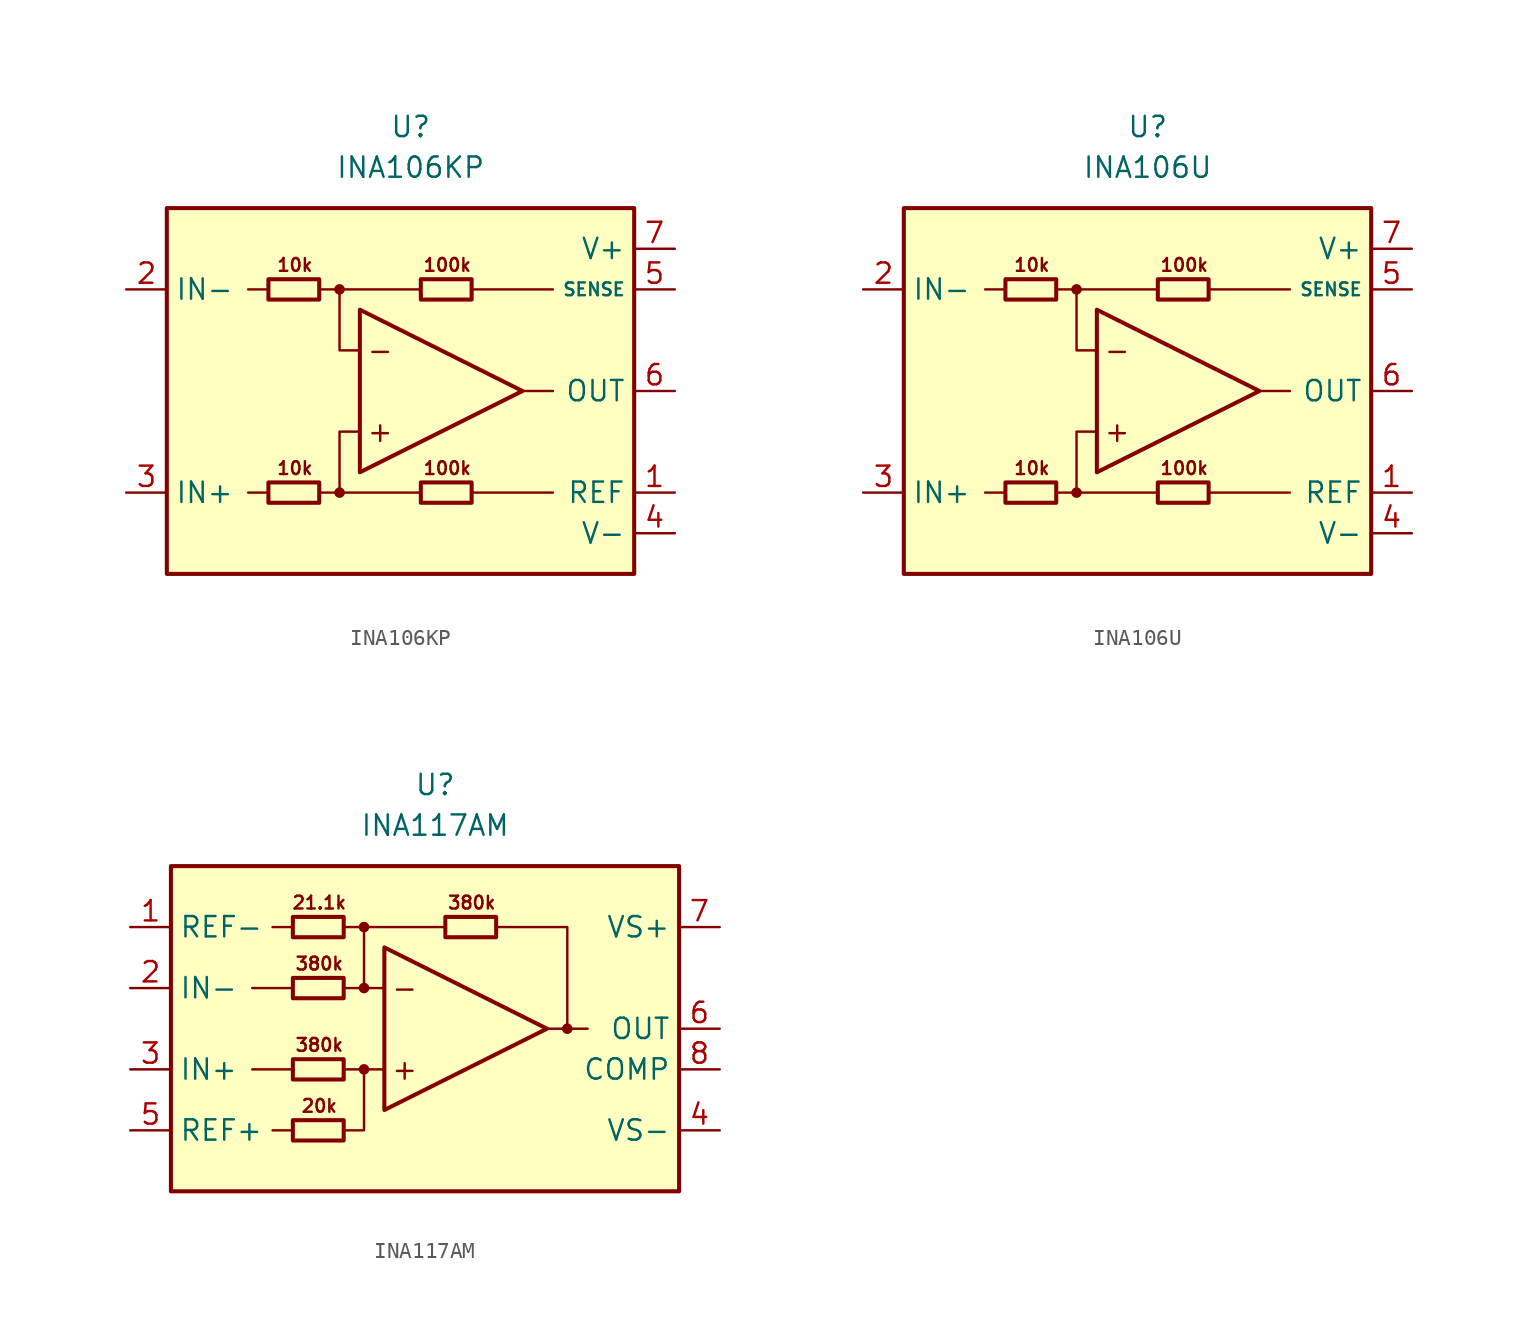
<source format=kicad_sym>
(kicad_symbol_lib
  (version 20211014)
  (generator kicad_symbol_editor)
  (symbol "INA106KP"
    (property "Reference" "U"
      (at 0 16.51 0)
      (effects (font (size 1.27 1.27))))
    (property "Value" "INA106KP"
      (at 0 13.97 0)
      (effects (font (size 1.27 1.27))))
    (symbol "INA106KP_0_0"
      (rectangle (start -15.24 11.43) (end 13.97 -11.43) (stroke (width 0.254) (type default) (color 0 0 0 0)) (fill (type background)))
      (circle (center -4.445 -6.35) (radius 0.254) (stroke (width 0.152) (type default) (color 0 0 0 0)) (fill (type outline)))
      (circle (center -4.445 6.35) (radius 0.254) (stroke (width 0.152) (type default) (color 0 0 0 0)) (fill (type outline)))
      (polyline (pts (xy -8.89 -6.35) (xy -10.16 -6.35)) (stroke (width 0.152) (type default) (color 0 0 0 0)) (fill (type none)))
      (polyline (pts (xy -8.89 6.35) (xy -10.16 6.35)) (stroke (width 0.152) (type default) (color 0 0 0 0)) (fill (type none)))
      (polyline (pts (xy -4.445 6.35) (xy 0.635 6.35)) (stroke (width 0.152) (type default) (color 0 0 0 0)) (fill (type none)))
      (polyline (pts (xy 0.635 -6.35) (xy -4.445 -6.35)) (stroke (width 0.152) (type default) (color 0 0 0 0)) (fill (type none)))
      (polyline (pts (xy 3.81 -6.35) (xy 8.89 -6.35)) (stroke (width 0.152) (type default) (color 0 0 0 0)) (fill (type none)))
      (polyline (pts (xy 3.81 6.35) (xy 8.89 6.35)) (stroke (width 0.152) (type default) (color 0 0 0 0)) (fill (type none)))
      (polyline (pts (xy 8.89 0) (xy 6.985 0)) (stroke (width 0.152) (type default) (color 0 0 0 0)) (fill (type none)))
      (polyline (pts (xy -5.715 -6.35) (xy -4.445 -6.35) (xy -4.445 -2.54) (xy -3.175 -2.54)) (stroke (width 0.152) (type default) (color 0 0 0 0)) (fill (type none)))
      (polyline (pts (xy -3.175 2.54) (xy -4.445 2.54) (xy -4.445 6.35) (xy -5.715 6.35)) (stroke (width 0.152) (type default) (color 0 0 0 0)) (fill (type none)))
      (text "+" (at -1.905 -2.54 0) (effects (font (size 1.27 1.27))))
      (text "-" (at -1.905 2.54 0) (effects (font (size 1.27 1.27))))
      (text "100k" (at 2.286 -4.826 0) (effects (font (size 0.8 0.8))))
      (text "100k" (at 2.286 7.874 0) (effects (font (size 0.8 0.8))))
      (text "10k" (at -7.239 -4.826 0) (effects (font (size 0.8 0.8))))
      (text "10k" (at -7.239 7.874 0) (effects (font (size 0.8 0.8)))))
    (symbol "INA106KP_0_1"
      (rectangle (start -8.89 -5.715) (end -5.715 -6.985) (stroke (width 0.254) (type default) (color 0 0 0 0)) (fill (type none)))
      (rectangle (start -8.89 6.985) (end -5.715 5.715) (stroke (width 0.254) (type default) (color 0 0 0 0)) (fill (type none)))
      (polyline (pts (xy -3.175 5.08) (xy -3.175 -5.08) (xy 6.985 0) (xy -3.175 5.08)) (stroke (width 0.254) (type default) (color 0 0 0 0)) (fill (type none)))
      (rectangle (start 0.635 -5.715) (end 3.81 -6.985) (stroke (width 0.254) (type default) (color 0 0 0 0)) (fill (type none)))
      (rectangle (start 0.635 6.985) (end 3.81 5.715) (stroke (width 0.254) (type default) (color 0 0 0 0)) (fill (type none))))
    (symbol "INA106KP_1_1"
      (pin input line (at 16.51 -6.35 180) (length 2.54) (name "REF" (effects (font (size 1.27 1.27)))) (number "1" (effects (font (size 1.27 1.27)))))
      (pin input line (at -17.78 6.35 0) (length 2.54) (name "IN-" (effects (font (size 1.27 1.27)))) (number "2" (effects (font (size 1.27 1.27)))))
      (pin input line (at -17.78 -6.35 0) (length 2.54) (name "IN+" (effects (font (size 1.27 1.27)))) (number "3" (effects (font (size 1.27 1.27)))))
      (pin power_in line (at 16.51 -8.89 180) (length 2.54) (name "V-" (effects (font (size 1.27 1.27)))) (number "4" (effects (font (size 1.27 1.27)))))
      (pin input line (at 16.51 6.35 180) (length 2.54) (name "SENSE" (effects (font (size 0.8 0.8)))) (number "5" (effects (font (size 1.27 1.27)))))
      (pin output line (at 16.51 0 180) (length 2.54) (name "OUT" (effects (font (size 1.27 1.27)))) (number "6" (effects (font (size 1.27 1.27)))))
      (pin power_in line (at 16.51 8.89 180) (length 2.54) (name "V+" (effects (font (size 1.27 1.27)))) (number "7" (effects (font (size 1.27 1.27)))))
      (pin no_connect line (at -10.16 0 0) (length 2.54) hide (name "NC" (effects (font (size 1.27 1.27)))) (number "8" (effects (font (size 1.27 1.27)))))))
  (symbol "INA106U"
    (property "Reference" "U"
      (at 0 16.51 0)
      (effects (font (size 1.27 1.27))))
    (property "Value" "INA106U"
      (at 0 13.97 0)
      (effects (font (size 1.27 1.27))))
    (symbol "INA106U_0_0"
      (rectangle (start -15.24 11.43) (end 13.97 -11.43) (stroke (width 0.254) (type default) (color 0 0 0 0)) (fill (type background)))
      (circle (center -4.445 -6.35) (radius 0.254) (stroke (width 0.152) (type default) (color 0 0 0 0)) (fill (type outline)))
      (circle (center -4.445 6.35) (radius 0.254) (stroke (width 0.152) (type default) (color 0 0 0 0)) (fill (type outline)))
      (polyline (pts (xy -8.89 -6.35) (xy -10.16 -6.35)) (stroke (width 0.152) (type default) (color 0 0 0 0)) (fill (type none)))
      (polyline (pts (xy -8.89 6.35) (xy -10.16 6.35)) (stroke (width 0.152) (type default) (color 0 0 0 0)) (fill (type none)))
      (polyline (pts (xy -4.445 6.35) (xy 0.635 6.35)) (stroke (width 0.152) (type default) (color 0 0 0 0)) (fill (type none)))
      (polyline (pts (xy 0.635 -6.35) (xy -4.445 -6.35)) (stroke (width 0.152) (type default) (color 0 0 0 0)) (fill (type none)))
      (polyline (pts (xy 3.81 -6.35) (xy 8.89 -6.35)) (stroke (width 0.152) (type default) (color 0 0 0 0)) (fill (type none)))
      (polyline (pts (xy 3.81 6.35) (xy 8.89 6.35)) (stroke (width 0.152) (type default) (color 0 0 0 0)) (fill (type none)))
      (polyline (pts (xy 8.89 0) (xy 6.985 0)) (stroke (width 0.152) (type default) (color 0 0 0 0)) (fill (type none)))
      (polyline (pts (xy -5.715 -6.35) (xy -4.445 -6.35) (xy -4.445 -2.54) (xy -3.175 -2.54)) (stroke (width 0.152) (type default) (color 0 0 0 0)) (fill (type none)))
      (polyline (pts (xy -3.175 2.54) (xy -4.445 2.54) (xy -4.445 6.35) (xy -5.715 6.35)) (stroke (width 0.152) (type default) (color 0 0 0 0)) (fill (type none)))
      (text "+" (at -1.905 -2.54 0) (effects (font (size 1.27 1.27))))
      (text "-" (at -1.905 2.54 0) (effects (font (size 1.27 1.27))))
      (text "100k" (at 2.286 -4.826 0) (effects (font (size 0.8 0.8))))
      (text "100k" (at 2.286 7.874 0) (effects (font (size 0.8 0.8))))
      (text "10k" (at -7.239 -4.826 0) (effects (font (size 0.8 0.8))))
      (text "10k" (at -7.239 7.874 0) (effects (font (size 0.8 0.8)))))
    (symbol "INA106U_0_1"
      (rectangle (start -8.89 -5.715) (end -5.715 -6.985) (stroke (width 0.254) (type default) (color 0 0 0 0)) (fill (type none)))
      (rectangle (start -8.89 6.985) (end -5.715 5.715) (stroke (width 0.254) (type default) (color 0 0 0 0)) (fill (type none)))
      (polyline (pts (xy -3.175 5.08) (xy -3.175 -5.08) (xy 6.985 0) (xy -3.175 5.08)) (stroke (width 0.254) (type default) (color 0 0 0 0)) (fill (type none)))
      (rectangle (start 0.635 -5.715) (end 3.81 -6.985) (stroke (width 0.254) (type default) (color 0 0 0 0)) (fill (type none)))
      (rectangle (start 0.635 6.985) (end 3.81 5.715) (stroke (width 0.254) (type default) (color 0 0 0 0)) (fill (type none))))
    (symbol "INA106U_1_1"
      (pin input line (at 16.51 -6.35 180) (length 2.54) (name "REF" (effects (font (size 1.27 1.27)))) (number "1" (effects (font (size 1.27 1.27)))))
      (pin input line (at -17.78 6.35 0) (length 2.54) (name "IN-" (effects (font (size 1.27 1.27)))) (number "2" (effects (font (size 1.27 1.27)))))
      (pin input line (at -17.78 -6.35 0) (length 2.54) (name "IN+" (effects (font (size 1.27 1.27)))) (number "3" (effects (font (size 1.27 1.27)))))
      (pin power_in line (at 16.51 -8.89 180) (length 2.54) (name "V-" (effects (font (size 1.27 1.27)))) (number "4" (effects (font (size 1.27 1.27)))))
      (pin input line (at 16.51 6.35 180) (length 2.54) (name "SENSE" (effects (font (size 0.8 0.8)))) (number "5" (effects (font (size 1.27 1.27)))))
      (pin output line (at 16.51 0 180) (length 2.54) (name "OUT" (effects (font (size 1.27 1.27)))) (number "6" (effects (font (size 1.27 1.27)))))
      (pin power_in line (at 16.51 8.89 180) (length 2.54) (name "V+" (effects (font (size 1.27 1.27)))) (number "7" (effects (font (size 1.27 1.27)))))
      (pin no_connect line (at -10.16 0 0) (length 2.54) hide (name "NC" (effects (font (size 1.27 1.27)))) (number "8" (effects (font (size 1.27 1.27)))))))
  (symbol "INA117AM"
    (property "Reference" "U"
      (at 0 15.24 0)
      (effects (font (size 1.27 1.27))))
    (property "Value" "INA117AM"
      (at 0 12.7 0)
      (effects (font (size 1.27 1.27))))
    (symbol "INA117AM_0_0"
      (rectangle (start -16.51 10.16) (end 15.24 -10.16) (stroke (width 0.254) (type default) (color 0 0 0 0)) (fill (type background)))
      (circle (center -4.445 -2.54) (radius 0.254) (stroke (width 0.152) (type default) (color 0 0 0 0)) (fill (type outline)))
      (circle (center -4.445 2.54) (radius 0.254) (stroke (width 0.152) (type default) (color 0 0 0 0)) (fill (type outline)))
      (circle (center -4.445 6.35) (radius 0.254) (stroke (width 0.152) (type default) (color 0 0 0 0)) (fill (type outline)))
      (polyline (pts (xy -8.89 -6.35) (xy -10.16 -6.35)) (stroke (width 0.152) (type default) (color 0 0 0 0)) (fill (type none)))
      (polyline (pts (xy -8.89 -2.54) (xy -11.43 -2.54)) (stroke (width 0.152) (type default) (color 0 0 0 0)) (fill (type none)))
      (polyline (pts (xy -8.89 2.54) (xy -11.43 2.54)) (stroke (width 0.152) (type default) (color 0 0 0 0)) (fill (type none)))
      (polyline (pts (xy -8.89 6.35) (xy -10.16 6.35)) (stroke (width 0.152) (type default) (color 0 0 0 0)) (fill (type none)))
      (polyline (pts (xy -5.715 6.35) (xy 0.635 6.35)) (stroke (width 0.152) (type default) (color 0 0 0 0)) (fill (type none)))
      (polyline (pts (xy -4.445 2.54) (xy -4.445 6.35)) (stroke (width 0.152) (type default) (color 0 0 0 0)) (fill (type none)))
      (polyline (pts (xy -3.175 -2.54) (xy -5.715 -2.54)) (stroke (width 0.152) (type default) (color 0 0 0 0)) (fill (type none)))
      (polyline (pts (xy -3.175 2.54) (xy -5.715 2.54)) (stroke (width 0.152) (type default) (color 0 0 0 0)) (fill (type none)))
      (polyline (pts (xy 8.255 0) (xy 9.525 0)) (stroke (width 0.152) (type default) (color 0 0 0 0)) (fill (type none)))
      (polyline (pts (xy -5.715 -6.35) (xy -4.445 -6.35) (xy -4.445 -2.54)) (stroke (width 0.152) (type default) (color 0 0 0 0)) (fill (type none)))
      (polyline (pts (xy 3.81 6.35) (xy 8.255 6.35) (xy 8.255 0) (xy 6.985 0)) (stroke (width 0.152) (type default) (color 0 0 0 0)) (fill (type none)))
      (circle (center 8.255 0) (radius 0.254) (stroke (width 0.152) (type default) (color 0 0 0 0)) (fill (type outline)))
      (text "+" (at -1.905 -2.54 0) (effects (font (size 1.27 1.27))))
      (text "-" (at -1.905 2.54 0) (effects (font (size 1.27 1.27))))
      (text "20k" (at -7.239 -4.826 0) (effects (font (size 0.8 0.8))))
      (text "21.1k" (at -7.239 7.874 0) (effects (font (size 0.8 0.8))))
      (text "380k" (at -7.239 -1.016 0) (effects (font (size 0.8 0.8))))
      (text "380k" (at -7.239 4.064 0) (effects (font (size 0.8 0.8))))
      (text "380k" (at 2.286 7.874 0) (effects (font (size 0.8 0.8)))))
    (symbol "INA117AM_0_1"
      (rectangle (start -8.89 -5.715) (end -5.715 -6.985) (stroke (width 0.254) (type default) (color 0 0 0 0)) (fill (type none)))
      (rectangle (start -8.89 -1.905) (end -5.715 -3.175) (stroke (width 0.254) (type default) (color 0 0 0 0)) (fill (type none)))
      (rectangle (start -8.89 3.175) (end -5.715 1.905) (stroke (width 0.254) (type default) (color 0 0 0 0)) (fill (type none)))
      (rectangle (start -8.89 6.985) (end -5.715 5.715) (stroke (width 0.254) (type default) (color 0 0 0 0)) (fill (type none)))
      (polyline (pts (xy -3.175 5.08) (xy -3.175 -5.08) (xy 6.985 0) (xy -3.175 5.08)) (stroke (width 0.254) (type default) (color 0 0 0 0)) (fill (type none)))
      (rectangle (start 0.635 6.985) (end 3.81 5.715) (stroke (width 0.254) (type default) (color 0 0 0 0)) (fill (type none))))
    (symbol "INA117AM_1_1"
      (pin input line (at -19.05 6.35 0) (length 2.54) (name "REF-" (effects (font (size 1.27 1.27)))) (number "1" (effects (font (size 1.27 1.27)))))
      (pin input line (at -19.05 2.54 0) (length 2.54) (name "IN-" (effects (font (size 1.27 1.27)))) (number "2" (effects (font (size 1.27 1.27)))))
      (pin input line (at -19.05 -2.54 0) (length 2.54) (name "IN+" (effects (font (size 1.27 1.27)))) (number "3" (effects (font (size 1.27 1.27)))))
      (pin power_in line (at 17.78 -6.35 180) (length 2.54) (name "VS-" (effects (font (size 1.27 1.27)))) (number "4" (effects (font (size 1.27 1.27)))))
      (pin input line (at -19.05 -6.35 0) (length 2.54) (name "REF+" (effects (font (size 1.27 1.27)))) (number "5" (effects (font (size 1.27 1.27)))))
      (pin output line (at 17.78 0 180) (length 2.54) (name "OUT" (effects (font (size 1.27 1.27)))) (number "6" (effects (font (size 1.27 1.27)))))
      (pin power_in line (at 17.78 6.35 180) (length 2.54) (name "VS+" (effects (font (size 1.27 1.27)))) (number "7" (effects (font (size 1.27 1.27)))))
      (pin passive line (at 17.78 -2.54 180) (length 2.54) (name "COMP" (effects (font (size 1.27 1.27)))) (number "8" (effects (font (size 1.27 1.27))))))))
</source>
